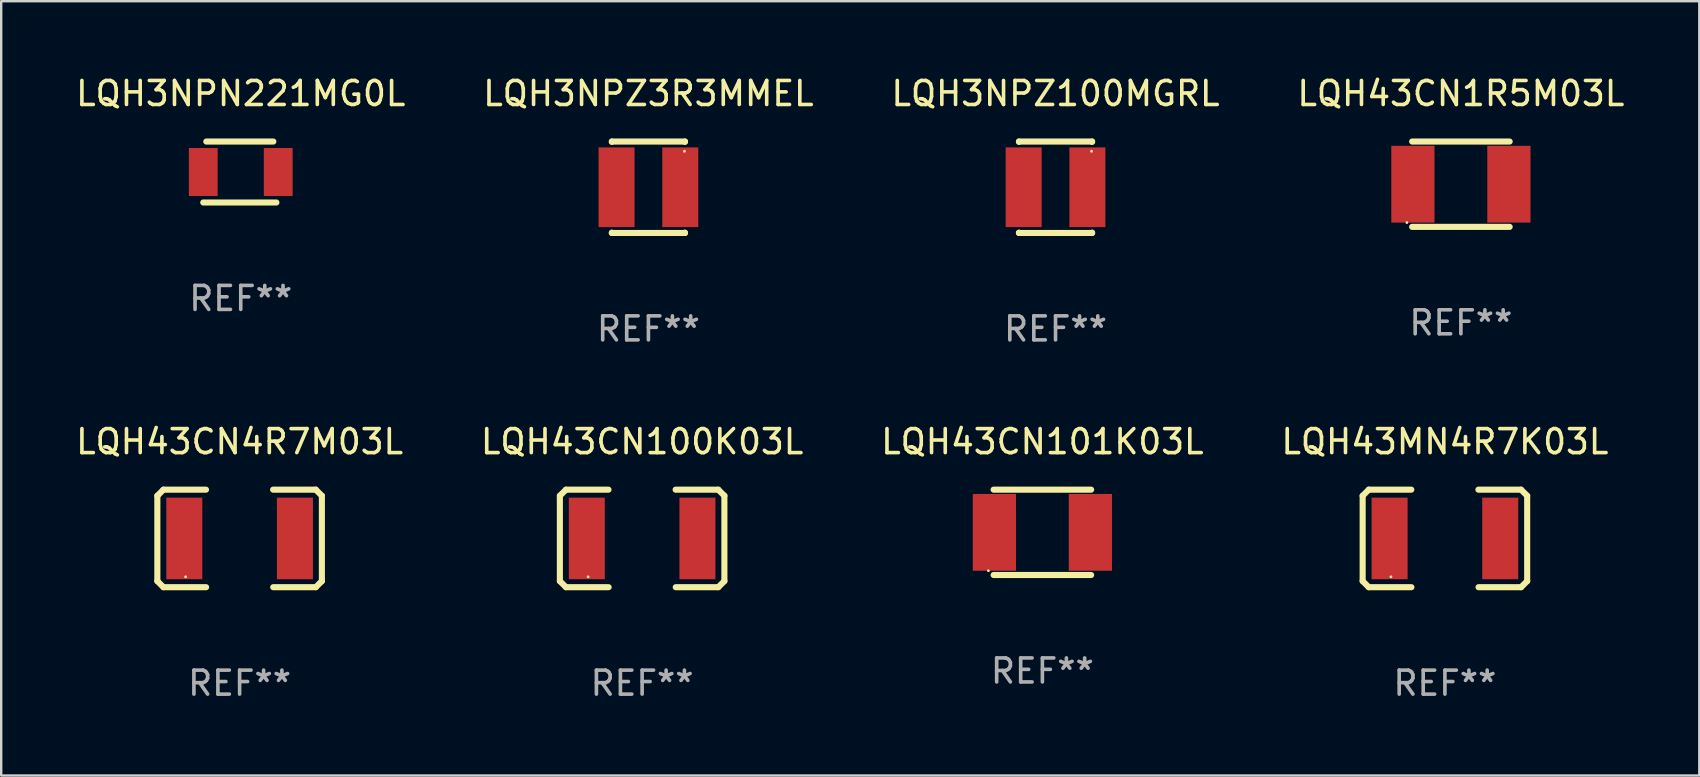
<source format=kicad_pcb>
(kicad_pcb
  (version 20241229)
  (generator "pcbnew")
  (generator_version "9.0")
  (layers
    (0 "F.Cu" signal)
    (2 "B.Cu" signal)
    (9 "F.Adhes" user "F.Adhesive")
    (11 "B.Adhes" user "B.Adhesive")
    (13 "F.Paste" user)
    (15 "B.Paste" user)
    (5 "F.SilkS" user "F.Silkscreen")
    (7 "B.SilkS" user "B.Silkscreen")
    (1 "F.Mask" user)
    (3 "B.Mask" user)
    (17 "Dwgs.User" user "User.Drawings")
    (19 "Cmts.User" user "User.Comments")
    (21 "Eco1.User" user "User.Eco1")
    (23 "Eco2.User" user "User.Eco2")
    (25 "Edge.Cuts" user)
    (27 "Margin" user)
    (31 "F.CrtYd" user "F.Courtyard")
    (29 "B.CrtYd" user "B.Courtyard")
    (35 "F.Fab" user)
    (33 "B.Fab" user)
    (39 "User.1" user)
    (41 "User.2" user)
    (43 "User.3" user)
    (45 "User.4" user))
  (footprint "LQH3NPN221MG0L"
    (layer "F.Cu")
    (at 6.982 4.118)
    (property "Reference" "LQH3NPN221MG0L" (at 0 -3.27 0) (layer "F.SilkS") (effects (font (size 1 1) (thickness 0.15))))
    (attr through_hole)
    (fp_line (start -1.562 1.27) (end 1.486 1.27) (stroke (width 0.254) (type solid)) (layer "F.SilkS"))
    (fp_line (start -1.435 -1.27) (end 1.359 -1.27) (stroke (width 0.254) (type solid)) (layer "F.SilkS"))
    (fp_circle (center -1.6 1.25) (end -1.57 1.25) (stroke (width 0.06) (type solid)) (fill no) (layer "F.SilkS"))
    (fp_text user "REF**" (at 0 5.27 0) (layer "F.Fab") (effects (font (size 1 1) (thickness 0.15))))
    (pad "1" smd rect (at -1.562 0 180) (size 1.2 2) (layers "F.Cu" "F.Mask" "F.Paste"))
    (pad "2" smd rect (at 1.562 0 180) (size 1.2 2) (layers "F.Cu" "F.Mask" "F.Paste")))
  (footprint "LQH43MN4R7K03L"
    (layer "F.Cu")
    (at 57.161 19.387)
    (property "Reference" "LQH43MN4R7K03L" (at 0 -4.032 0) (layer "F.SilkS") (effects (font (size 1 1) (thickness 0.15))))
    (attr through_hole)
    (fp_line (start -3.428 -1.778) (end -3.174 -2.032) (stroke (width 0.254) (type solid)) (layer "F.SilkS"))
    (fp_line (start -3.428 1.778) (end -3.428 -1.778) (stroke (width 0.254) (type solid)) (layer "F.SilkS"))
    (fp_line (start -3.174 -2.032) (end -1.401 -2.032) (stroke (width 0.254) (type solid)) (layer "F.SilkS"))
    (fp_line (start -3.174 2.032) (end -3.428 1.778) (stroke (width 0.254) (type solid)) (layer "F.SilkS"))
    (fp_line (start -1.396 2.032) (end -3.174 2.032) (stroke (width 0.254) (type solid)) (layer "F.SilkS"))
    (fp_line (start 1.396 -2.032) (end 3.174 -2.032) (stroke (width 0.254) (type solid)) (layer "F.SilkS"))
    (fp_line (start 3.174 -2.032) (end 3.428 -1.778) (stroke (width 0.254) (type solid)) (layer "F.SilkS"))
    (fp_line (start 3.174 2.032) (end 1.401 2.032) (stroke (width 0.254) (type solid)) (layer "F.SilkS"))
    (fp_line (start 3.428 -1.778) (end 3.428 1.778) (stroke (width 0.254) (type solid)) (layer "F.SilkS"))
    (fp_line (start 3.428 1.778) (end 3.174 2.032) (stroke (width 0.254) (type solid)) (layer "F.SilkS"))
    (fp_circle (center -2.25 1.6) (end -2.22 1.6) (stroke (width 0.06) (type solid)) (fill no) (layer "F.SilkS"))
    (fp_text user "REF**" (at 0 6.032 0) (layer "F.Fab") (effects (font (size 1 1) (thickness 0.15))))
    (pad "1" smd rect (at -2.305 0) (size 1.5 3.4) (layers "F.Cu" "F.Mask" "F.Paste"))
    (pad "2" smd rect (at 2.305 0) (size 1.5 3.4) (layers "F.Cu" "F.Mask" "F.Paste")))
  (footprint "LQH3NPZ100MGRL"
    (layer "F.Cu")
    (at 40.935 4.753)
    (property "Reference" "LQH3NPZ100MGRL" (at 0 -3.905 0) (layer "F.SilkS") (effects (font (size 1 1) (thickness 0.15))))
    (attr through_hole)
    (fp_line (start -1.524 -1.905) (end 1.524 -1.905) (stroke (width 0.254) (type solid)) (layer "F.SilkS"))
    (fp_line (start -1.524 -1.891) (end -1.524 -1.905) (stroke (width 0.254) (type solid)) (layer "F.SilkS"))
    (fp_line (start -1.524 1.905) (end -1.524 1.891) (stroke (width 0.254) (type solid)) (layer "F.SilkS"))
    (fp_line (start -1.524 1.905) (end 1.524 1.905) (stroke (width 0.254) (type solid)) (layer "F.SilkS"))
    (fp_line (start 1.524 -1.905) (end 1.524 -1.891) (stroke (width 0.254) (type solid)) (layer "F.SilkS"))
    (fp_line (start 1.524 1.891) (end 1.524 1.905) (stroke (width 0.254) (type solid)) (layer "F.SilkS"))
    (fp_circle (center 1.5 -1.5) (end 1.53 -1.5) (stroke (width 0.06) (type solid)) (fill no) (layer "F.SilkS"))
    (fp_text user "REF**" (at 0 5.905 0) (layer "F.Fab") (effects (font (size 1 1) (thickness 0.15))))
    (pad "1" smd rect (at 1.328 0) (size 1.5 3.32) (layers "F.Cu" "F.Mask" "F.Paste"))
    (pad "2" smd rect (at -1.328 0) (size 1.5 3.32) (layers "F.Cu" "F.Mask" "F.Paste")))
  (footprint "LQH43CN4R7M03L"
    (layer "F.Cu")
    (at 6.935 19.387)
    (property "Reference" "LQH43CN4R7M03L" (at 0 -4.032 0) (layer "F.SilkS") (effects (font (size 1 1) (thickness 0.15))))
    (attr through_hole)
    (fp_line (start -3.428 -1.778) (end -3.174 -2.032) (stroke (width 0.254) (type solid)) (layer "F.SilkS"))
    (fp_line (start -3.428 1.778) (end -3.428 -1.778) (stroke (width 0.254) (type solid)) (layer "F.SilkS"))
    (fp_line (start -3.174 -2.032) (end -1.401 -2.032) (stroke (width 0.254) (type solid)) (layer "F.SilkS"))
    (fp_line (start -3.174 2.032) (end -3.428 1.778) (stroke (width 0.254) (type solid)) (layer "F.SilkS"))
    (fp_line (start -1.396 2.032) (end -3.174 2.032) (stroke (width 0.254) (type solid)) (layer "F.SilkS"))
    (fp_line (start 1.396 -2.032) (end 3.174 -2.032) (stroke (width 0.254) (type solid)) (layer "F.SilkS"))
    (fp_line (start 3.174 -2.032) (end 3.428 -1.778) (stroke (width 0.254) (type solid)) (layer "F.SilkS"))
    (fp_line (start 3.174 2.032) (end 1.401 2.032) (stroke (width 0.254) (type solid)) (layer "F.SilkS"))
    (fp_line (start 3.428 -1.778) (end 3.428 1.778) (stroke (width 0.254) (type solid)) (layer "F.SilkS"))
    (fp_line (start 3.428 1.778) (end 3.174 2.032) (stroke (width 0.254) (type solid)) (layer "F.SilkS"))
    (fp_circle (center -2.25 1.6) (end -2.22 1.6) (stroke (width 0.06) (type solid)) (fill no) (layer "F.SilkS"))
    (fp_text user "REF**" (at 0 6.032 0) (layer "F.Fab") (effects (font (size 1 1) (thickness 0.15))))
    (pad "1" smd rect (at -2.305 0) (size 1.5 3.4) (layers "F.Cu" "F.Mask" "F.Paste"))
    (pad "2" smd rect (at 2.305 0) (size 1.5 3.4) (layers "F.Cu" "F.Mask" "F.Paste")))
  (footprint "LQH43CN100K03L"
    (layer "F.Cu")
    (at 23.708 19.387)
    (property "Reference" "LQH43CN100K03L" (at 0 -4.032 0) (layer "F.SilkS") (effects (font (size 1 1) (thickness 0.15))))
    (attr through_hole)
    (fp_line (start -3.428 -1.778) (end -3.174 -2.032) (stroke (width 0.254) (type solid)) (layer "F.SilkS"))
    (fp_line (start -3.428 1.778) (end -3.428 -1.778) (stroke (width 0.254) (type solid)) (layer "F.SilkS"))
    (fp_line (start -3.174 -2.032) (end -1.401 -2.032) (stroke (width 0.254) (type solid)) (layer "F.SilkS"))
    (fp_line (start -3.174 2.032) (end -3.428 1.778) (stroke (width 0.254) (type solid)) (layer "F.SilkS"))
    (fp_line (start -1.396 2.032) (end -3.174 2.032) (stroke (width 0.254) (type solid)) (layer "F.SilkS"))
    (fp_line (start 1.396 -2.032) (end 3.174 -2.032) (stroke (width 0.254) (type solid)) (layer "F.SilkS"))
    (fp_line (start 3.174 -2.032) (end 3.428 -1.778) (stroke (width 0.254) (type solid)) (layer "F.SilkS"))
    (fp_line (start 3.174 2.032) (end 1.401 2.032) (stroke (width 0.254) (type solid)) (layer "F.SilkS"))
    (fp_line (start 3.428 -1.778) (end 3.428 1.778) (stroke (width 0.254) (type solid)) (layer "F.SilkS"))
    (fp_line (start 3.428 1.778) (end 3.174 2.032) (stroke (width 0.254) (type solid)) (layer "F.SilkS"))
    (fp_circle (center -2.25 1.6) (end -2.22 1.6) (stroke (width 0.06) (type solid)) (fill no) (layer "F.SilkS"))
    (fp_text user "REF**" (at 0 6.032 0) (layer "F.Fab") (effects (font (size 1 1) (thickness 0.15))))
    (pad "1" smd rect (at -2.305 0) (size 1.5 3.4) (layers "F.Cu" "F.Mask" "F.Paste"))
    (pad "2" smd rect (at 2.305 0) (size 1.5 3.4) (layers "F.Cu" "F.Mask" "F.Paste")))
  (footprint "LQH43CN1R5M03L"
    (layer "F.Cu")
    (at 57.827 4.626)
    (property "Reference" "LQH43CN1R5M03L" (at 0 -3.778 0) (layer "F.SilkS") (effects (font (size 1 1) (thickness 0.15))))
    (attr through_hole)
    (fp_line (start -2.032 -1.778) (end 2.032 -1.778) (stroke (width 0.254) (type solid)) (layer "F.SilkS"))
    (fp_line (start 2.032 1.778) (end -2.032 1.778) (stroke (width 0.254) (type solid)) (layer "F.SilkS"))
    (fp_circle (center -2.25 1.6) (end -2.22 1.6) (stroke (width 0.06) (type solid)) (fill no) (layer "F.SilkS"))
    (fp_text user "REF**" (at 0 5.778 0) (layer "F.Fab") (effects (font (size 1 1) (thickness 0.15))))
    (pad "1" smd rect (at -2 0) (size 1.8 3.2) (layers "F.Cu" "F.Mask" "F.Paste"))
    (pad "2" smd rect (at 2 0) (size 1.8 3.2) (layers "F.Cu" "F.Mask" "F.Paste")))
  (footprint "LQH43CN101K03L"
    (layer "F.Cu")
    (at 40.387 19.133)
    (property "Reference" "LQH43CN101K03L" (at 0 -3.778 0) (layer "F.SilkS") (effects (font (size 1 1) (thickness 0.15))))
    (attr through_hole)
    (fp_line (start -2.032 -1.778) (end 2.032 -1.778) (stroke (width 0.254) (type solid)) (layer "F.SilkS"))
    (fp_line (start 2.032 1.778) (end -2.032 1.778) (stroke (width 0.254) (type solid)) (layer "F.SilkS"))
    (fp_circle (center -2.25 1.6) (end -2.22 1.6) (stroke (width 0.06) (type solid)) (fill no) (layer "F.SilkS"))
    (fp_text user "REF**" (at 0 5.778 0) (layer "F.Fab") (effects (font (size 1 1) (thickness 0.15))))
    (pad "1" smd rect (at -2 0) (size 1.8 3.2) (layers "F.Cu" "F.Mask" "F.Paste"))
    (pad "2" smd rect (at 2 0) (size 1.8 3.2) (layers "F.Cu" "F.Mask" "F.Paste")))
  (footprint "LQH3NPZ3R3MMEL"
    (layer "F.Cu")
    (at 23.97 4.753)
    (property "Reference" "LQH3NPZ3R3MMEL" (at 0 -3.905 0) (layer "F.SilkS") (effects (font (size 1 1) (thickness 0.15))))
    (attr through_hole)
    (fp_line (start -1.524 -1.905) (end 1.524 -1.905) (stroke (width 0.254) (type solid)) (layer "F.SilkS"))
    (fp_line (start -1.524 -1.891) (end -1.524 -1.905) (stroke (width 0.254) (type solid)) (layer "F.SilkS"))
    (fp_line (start -1.524 1.905) (end -1.524 1.891) (stroke (width 0.254) (type solid)) (layer "F.SilkS"))
    (fp_line (start -1.524 1.905) (end 1.524 1.905) (stroke (width 0.254) (type solid)) (layer "F.SilkS"))
    (fp_line (start 1.524 -1.905) (end 1.524 -1.891) (stroke (width 0.254) (type solid)) (layer "F.SilkS"))
    (fp_line (start 1.524 1.891) (end 1.524 1.905) (stroke (width 0.254) (type solid)) (layer "F.SilkS"))
    (fp_circle (center 1.5 -1.5) (end 1.53 -1.5) (stroke (width 0.06) (type solid)) (fill no) (layer "F.SilkS"))
    (fp_text user "REF**" (at 0 5.905 0) (layer "F.Fab") (effects (font (size 1 1) (thickness 0.15))))
    (pad "1" smd rect (at 1.328 0) (size 1.5 3.32) (layers "F.Cu" "F.Mask" "F.Paste"))
    (pad "2" smd rect (at -1.328 0) (size 1.5 3.32) (layers "F.Cu" "F.Mask" "F.Paste")))
  (gr_rect
    (start -3 -3)
    (end 67.762 29.267)
    (stroke (width 0.1) (type default))
    (fill no)
    (layer "Edge.Cuts")))
</source>
